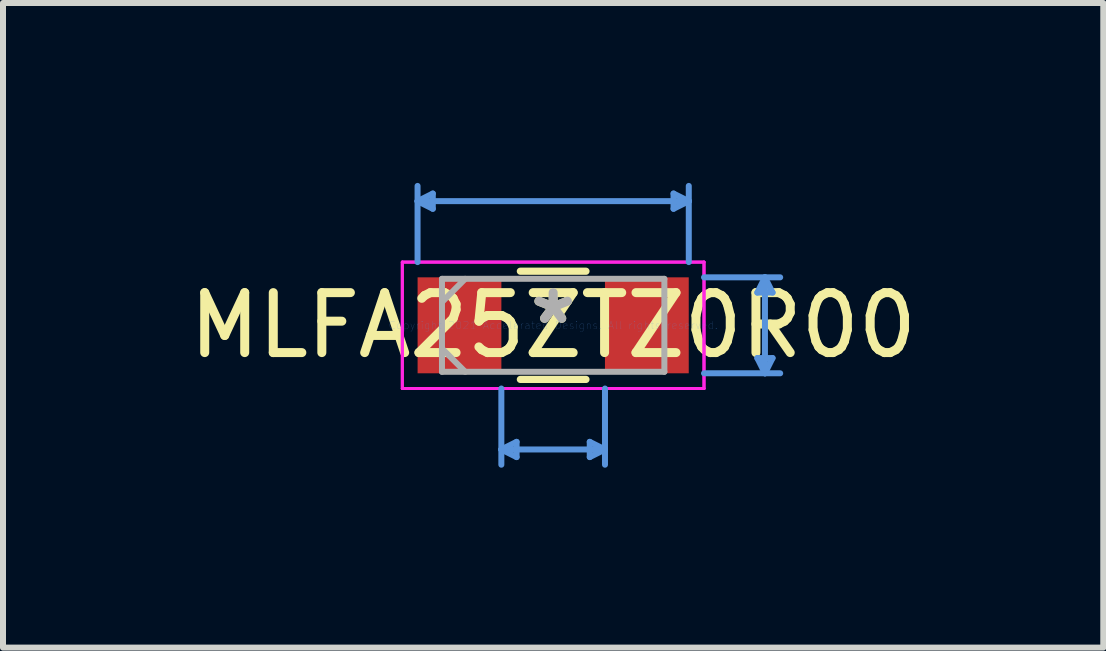
<source format=kicad_pcb>
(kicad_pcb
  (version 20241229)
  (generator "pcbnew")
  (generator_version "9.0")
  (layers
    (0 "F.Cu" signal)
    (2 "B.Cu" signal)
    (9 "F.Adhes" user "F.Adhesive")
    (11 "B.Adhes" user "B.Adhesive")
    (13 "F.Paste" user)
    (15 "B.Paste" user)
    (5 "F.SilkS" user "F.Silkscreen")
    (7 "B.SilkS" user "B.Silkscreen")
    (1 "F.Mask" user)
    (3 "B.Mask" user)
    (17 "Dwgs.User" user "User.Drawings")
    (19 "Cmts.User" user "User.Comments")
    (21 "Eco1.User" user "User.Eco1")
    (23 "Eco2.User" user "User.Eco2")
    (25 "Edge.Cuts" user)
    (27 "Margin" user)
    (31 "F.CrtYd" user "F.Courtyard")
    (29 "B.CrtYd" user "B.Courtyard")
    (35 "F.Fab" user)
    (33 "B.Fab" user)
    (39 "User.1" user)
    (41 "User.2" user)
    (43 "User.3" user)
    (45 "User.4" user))
  (footprint "MLFA25ZTZ0R00"
    (layer "F.Cu")
    (at 6.173 2.374)
    (property "Reference" "MLFA25ZTZ0R00" (at 0 0 0) (layer "F.SilkS") (effects (font (size 1 1) (thickness 0.15))))
    (attr through_hole)
    (fp_line (start -0.547 0.902) (end 0.547 0.902) (stroke (width 0.12) (type solid)) (layer "F.SilkS"))
    (fp_line (start 0.547 -0.902) (end -0.547 -0.902) (stroke (width 0.12) (type solid)) (layer "F.SilkS"))
    (fp_line (start -2.261 -2.07) (end -2.007 -2.197) (stroke (width 0.1) (type solid)) (layer "Cmts.User"))
    (fp_line (start -2.261 -2.07) (end 2.261 -2.07) (stroke (width 0.1) (type solid)) (layer "Cmts.User"))
    (fp_line (start -2.261 -1.054) (end -2.261 -2.324) (stroke (width 0.1) (type solid)) (layer "Cmts.User"))
    (fp_line (start -2.007 -2.197) (end -2.007 -1.943) (stroke (width 0.1) (type solid)) (layer "Cmts.User"))
    (fp_line (start -2.007 -1.943) (end -2.261 -2.07) (stroke (width 0.1) (type solid)) (layer "Cmts.User"))
    (fp_line (start -0.864 1.054) (end -0.864 2.324) (stroke (width 0.1) (type solid)) (layer "Cmts.User"))
    (fp_line (start -0.864 2.07) (end -0.61 2.197) (stroke (width 0.1) (type solid)) (layer "Cmts.User"))
    (fp_line (start -0.864 2.07) (end 0.864 2.07) (stroke (width 0.1) (type solid)) (layer "Cmts.User"))
    (fp_line (start -0.61 1.943) (end -0.864 2.07) (stroke (width 0.1) (type solid)) (layer "Cmts.User"))
    (fp_line (start -0.61 2.197) (end -0.61 1.943) (stroke (width 0.1) (type solid)) (layer "Cmts.User"))
    (fp_line (start 0.61 1.943) (end 0.864 2.07) (stroke (width 0.1) (type solid)) (layer "Cmts.User"))
    (fp_line (start 0.61 2.197) (end 0.61 1.943) (stroke (width 0.1) (type solid)) (layer "Cmts.User"))
    (fp_line (start 0.864 1.054) (end 0.864 2.324) (stroke (width 0.1) (type solid)) (layer "Cmts.User"))
    (fp_line (start 0.864 2.07) (end 0.61 2.197) (stroke (width 0.1) (type solid)) (layer "Cmts.User"))
    (fp_line (start 2.007 -2.197) (end 2.007 -1.943) (stroke (width 0.1) (type solid)) (layer "Cmts.User"))
    (fp_line (start 2.007 -1.943) (end 2.261 -2.07) (stroke (width 0.1) (type solid)) (layer "Cmts.User"))
    (fp_line (start 2.261 -2.07) (end 2.007 -2.197) (stroke (width 0.1) (type solid)) (layer "Cmts.User"))
    (fp_line (start 2.261 -1.054) (end 2.261 -2.324) (stroke (width 0.1) (type solid)) (layer "Cmts.User"))
    (fp_line (start 2.515 -0.8) (end 3.785 -0.8) (stroke (width 0.1) (type solid)) (layer "Cmts.User"))
    (fp_line (start 2.515 0.8) (end 3.785 0.8) (stroke (width 0.1) (type solid)) (layer "Cmts.User"))
    (fp_line (start 3.404 -0.546) (end 3.658 -0.546) (stroke (width 0.1) (type solid)) (layer "Cmts.User"))
    (fp_line (start 3.404 0.546) (end 3.658 0.546) (stroke (width 0.1) (type solid)) (layer "Cmts.User"))
    (fp_line (start 3.531 -0.8) (end 3.404 -0.546) (stroke (width 0.1) (type solid)) (layer "Cmts.User"))
    (fp_line (start 3.531 -0.8) (end 3.531 0.8) (stroke (width 0.1) (type solid)) (layer "Cmts.User"))
    (fp_line (start 3.531 0.8) (end 3.404 0.546) (stroke (width 0.1) (type solid)) (layer "Cmts.User"))
    (fp_line (start 3.658 -0.546) (end 3.531 -0.8) (stroke (width 0.1) (type solid)) (layer "Cmts.User"))
    (fp_line (start 3.658 0.546) (end 3.531 0.8) (stroke (width 0.1) (type solid)) (layer "Cmts.User"))
    (fp_line (start -2.515 -1.054) (end 2.515 -1.054) (stroke (width 0.05) (type solid)) (layer "F.CrtYd"))
    (fp_line (start -2.515 -1.054) (end 2.515 -1.054) (stroke (width 0.05) (type solid)) (layer "F.CrtYd"))
    (fp_line (start -2.515 1.054) (end -2.515 -1.054) (stroke (width 0.05) (type solid)) (layer "F.CrtYd"))
    (fp_line (start -2.515 1.054) (end -2.515 -1.054) (stroke (width 0.05) (type solid)) (layer "F.CrtYd"))
    (fp_line (start 2.515 -1.054) (end 2.515 1.054) (stroke (width 0.05) (type solid)) (layer "F.CrtYd"))
    (fp_line (start 2.515 -1.054) (end 2.515 1.054) (stroke (width 0.05) (type solid)) (layer "F.CrtYd"))
    (fp_line (start 2.515 1.054) (end -2.515 1.054) (stroke (width 0.05) (type solid)) (layer "F.CrtYd"))
    (fp_line (start 2.515 1.054) (end -2.515 1.054) (stroke (width 0.05) (type solid)) (layer "F.CrtYd"))
    (fp_line (start -1.854 -0.775) (end -1.854 0.775) (stroke (width 0.1) (type solid)) (layer "F.Fab"))
    (fp_line (start -1.854 -0.387) (end -1.467 -0.775) (stroke (width 0.1) (type solid)) (layer "F.Fab"))
    (fp_line (start -1.854 0.387) (end -1.467 0.775) (stroke (width 0.1) (type solid)) (layer "F.Fab"))
    (fp_line (start -1.854 0.775) (end 1.854 0.775) (stroke (width 0.1) (type solid)) (layer "F.Fab"))
    (fp_line (start 1.854 -0.775) (end -1.854 -0.775) (stroke (width 0.1) (type solid)) (layer "F.Fab"))
    (fp_line (start 1.854 0.775) (end 1.854 -0.775) (stroke (width 0.1) (type solid)) (layer "F.Fab"))
    (fp_text user "*" (at 0 0 0) (layer "F.SilkS") (effects (font (size 1 1) (thickness 0.15))))
    (fp_text user "Copyright 2021 Accelerated Designs. All rights reserved." (at 0 0 0) (layer "Cmts.User") (effects (font (size 0.127 0.127) (thickness 0.002))))
    (fp_text user "*" (at 0 0 0) (layer "F.Fab") (effects (font (size 1 1) (thickness 0.15))))
    (pad "1" smd rect (at -1.562 0) (size 1.397 1.6) (layers "F.Cu" "F.Mask" "F.Paste"))
    (pad "2" smd rect (at 1.562 0) (size 1.397 1.6) (layers "F.Cu" "F.Mask" "F.Paste")))
  (gr_rect
    (start -3 -3)
    (end 15.345 7.748)
    (stroke (width 0.1) (type default))
    (fill no)
    (layer "Edge.Cuts")))
</source>
